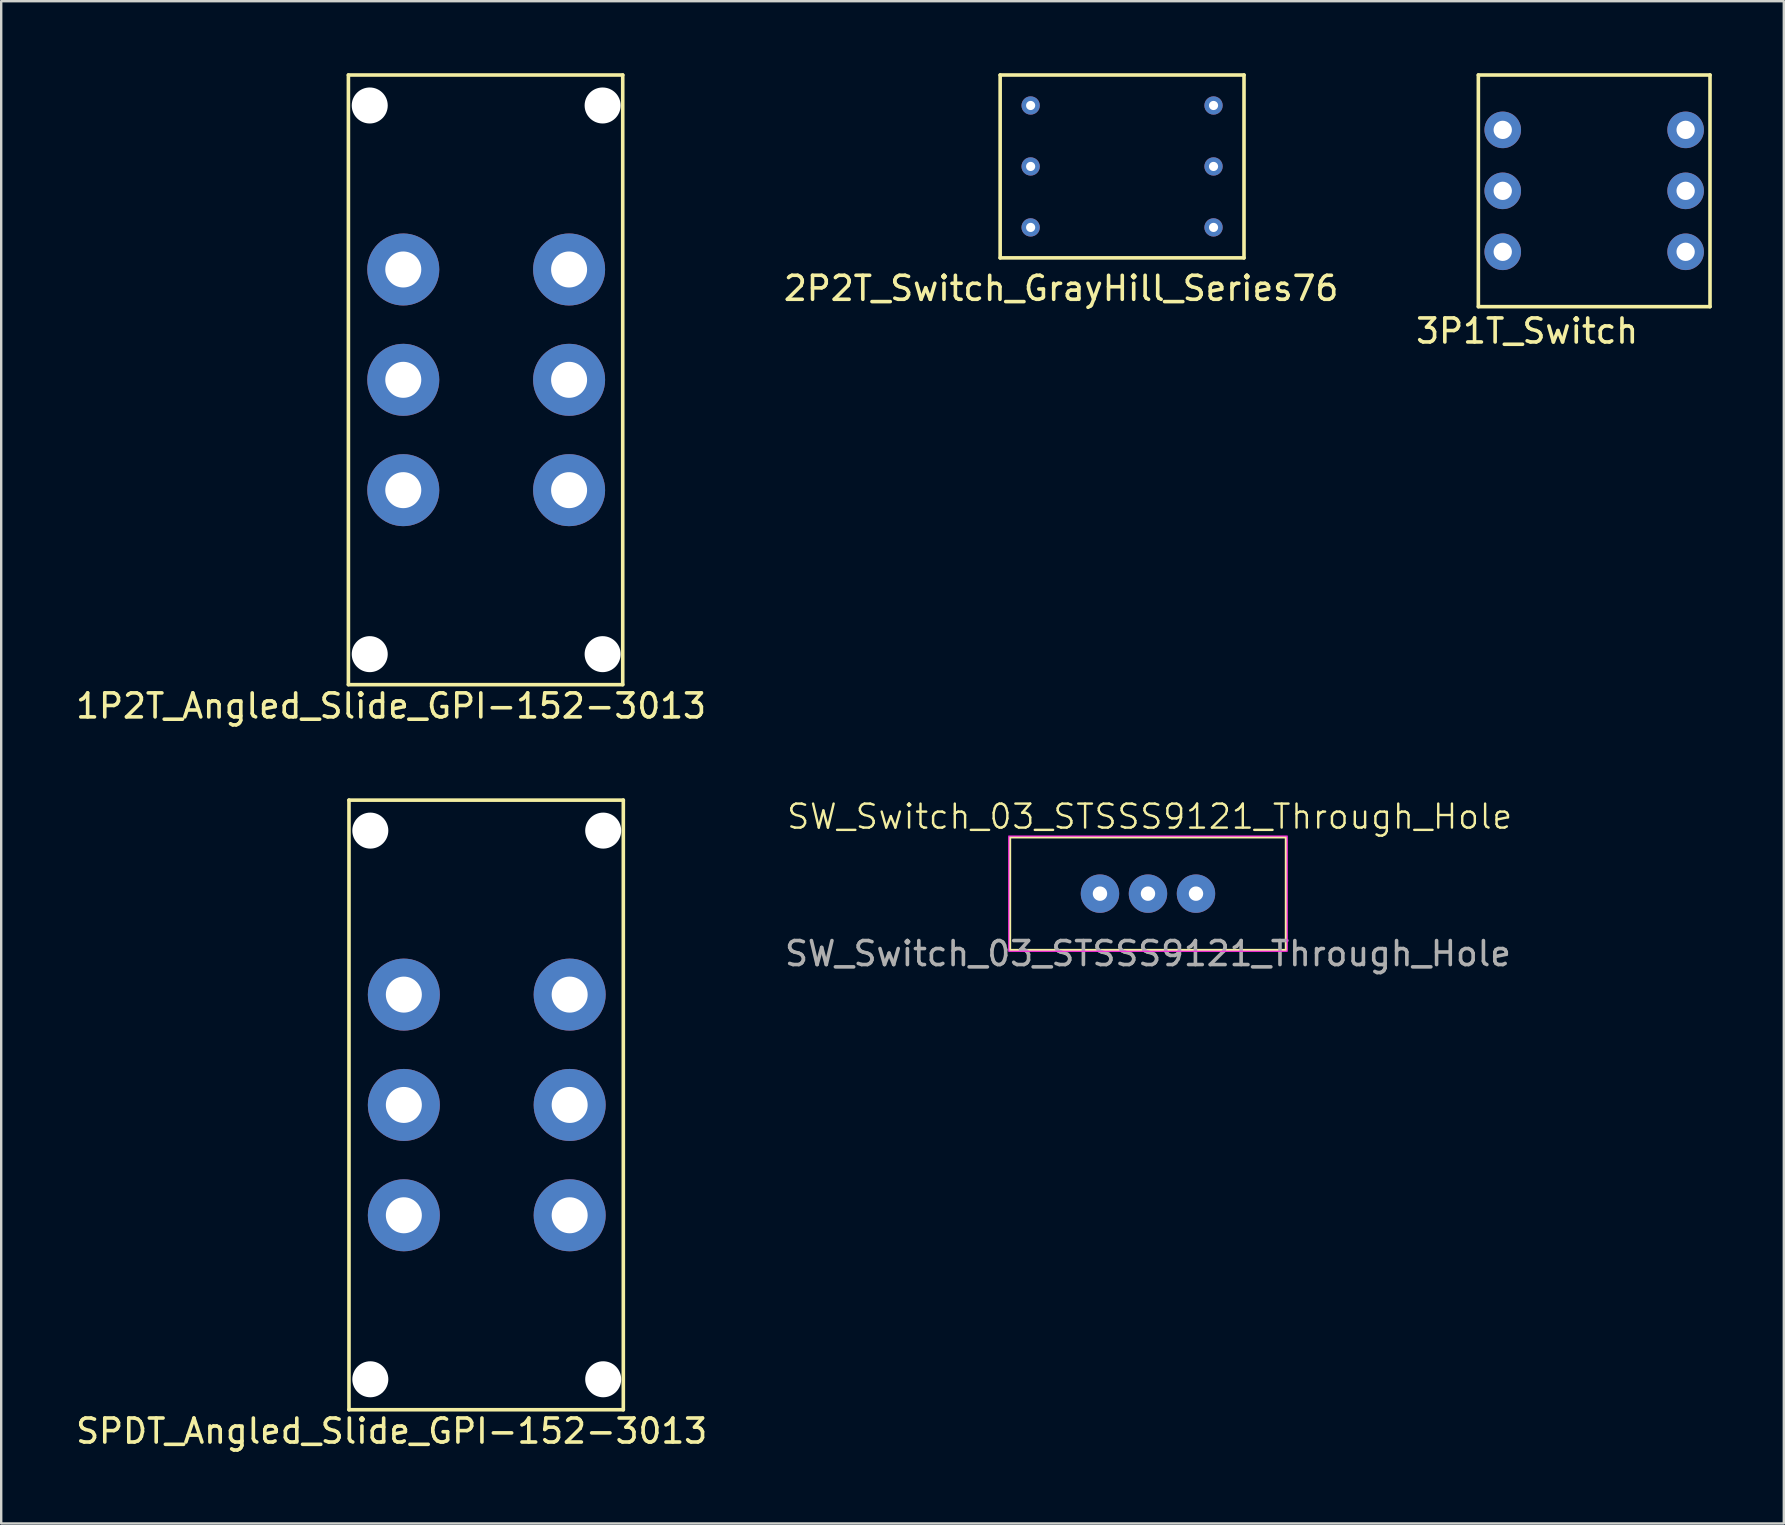
<source format=kicad_pcb>
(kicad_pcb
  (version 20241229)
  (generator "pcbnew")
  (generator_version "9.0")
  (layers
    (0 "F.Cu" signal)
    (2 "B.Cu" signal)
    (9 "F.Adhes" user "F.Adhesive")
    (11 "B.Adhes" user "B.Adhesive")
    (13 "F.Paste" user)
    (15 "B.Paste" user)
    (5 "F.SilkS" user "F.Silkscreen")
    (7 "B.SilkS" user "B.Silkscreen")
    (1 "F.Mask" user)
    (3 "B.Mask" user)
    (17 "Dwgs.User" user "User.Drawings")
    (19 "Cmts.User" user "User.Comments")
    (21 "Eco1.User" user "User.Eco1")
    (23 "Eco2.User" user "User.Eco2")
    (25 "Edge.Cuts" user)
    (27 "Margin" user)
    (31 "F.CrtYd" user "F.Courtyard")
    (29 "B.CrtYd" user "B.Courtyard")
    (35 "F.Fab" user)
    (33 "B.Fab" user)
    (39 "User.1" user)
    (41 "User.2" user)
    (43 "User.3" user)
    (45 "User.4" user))
  (footprint "2P2T_Switch_GrayHill_Series76"
    (layer "F.Cu")
    (at 38.621 7.695)
    (property "Reference" "2P2T_Switch_GrayHill_Series76" (at 2.54 1.27 0) (layer "F.SilkS") (effects (font (size 1 1) (thickness 0.15))))
    (attr through_hole)
    (fp_line (start 0 -7.62) (end 0 0) (stroke (width 0.15) (type solid)) (layer "F.SilkS"))
    (fp_line (start 0 0) (end 10.16 0) (stroke (width 0.15) (type solid)) (layer "F.SilkS"))
    (fp_line (start 10.16 -7.62) (end 0 -7.62) (stroke (width 0.15) (type solid)) (layer "F.SilkS"))
    (fp_line (start 10.16 0) (end 10.16 -7.62) (stroke (width 0.15) (type solid)) (layer "F.SilkS"))
    (pad "C1" thru_hole circle (at 1.27 -3.81) (size 0.762 0.762) (drill 0.381) (layers "*.Cu" "*.Mask"))
    (pad "C1_1" thru_hole circle (at 8.89 -1.27) (size 0.762 0.762) (drill 0.381) (layers "*.Cu" "*.Mask"))
    (pad "C1_2" thru_hole circle (at 1.27 -1.27) (size 0.762 0.762) (drill 0.381) (layers "*.Cu" "*.Mask"))
    (pad "C2" thru_hole circle (at 8.89 -3.81) (size 0.762 0.762) (drill 0.381) (layers "*.Cu" "*.Mask"))
    (pad "C2_1" thru_hole circle (at 8.89 -6.35) (size 0.762 0.762) (drill 0.381) (layers "*.Cu" "*.Mask"))
    (pad "C2_2" thru_hole circle (at 1.27 -6.35) (size 0.762 0.762) (drill 0.381) (layers "*.Cu" "*.Mask")))
  (footprint "SPDT_Angled_Slide_GPI-152-3013"
    (layer "F.Cu")
    (at 12.379 31.557)
    (property "Reference" "SPDT_Angled_Slide_GPI-152-3013" (at 0.889 25.019 0) (layer "F.SilkS") (effects (font (size 1 1) (thickness 0.15))))
    (attr through_hole)
    (fp_line (start -0.889 -1.27) (end -0.889 24.13) (stroke (width 0.15) (type solid)) (layer "F.SilkS"))
    (fp_line (start 10.541 -1.27) (end -0.889 -1.27) (stroke (width 0.15) (type solid)) (layer "F.SilkS"))
    (fp_line (start 10.541 -1.27) (end 10.541 24.13) (stroke (width 0.15) (type solid)) (layer "F.SilkS"))
    (fp_line (start 10.541 24.13) (end -0.889 24.13) (stroke (width 0.15) (type solid)) (layer "F.SilkS"))
    (pad "" np_thru_hole circle (at 0 0) (size 1.5 1.5) (drill 1.5) (layers "*.Cu" "*.Mask"))
    (pad "" np_thru_hole circle (at 0 22.86) (size 1.5 1.5) (drill 1.5) (layers "*.Cu" "*.Mask"))
    (pad "" np_thru_hole circle (at 9.703 0) (size 1.5 1.5) (drill 1.5) (layers "*.Cu" "*.Mask"))
    (pad "" np_thru_hole circle (at 9.703 22.86) (size 1.5 1.5) (drill 1.5) (layers "*.Cu" "*.Mask"))
    (pad "1" thru_hole circle (at 1.397 6.833) (size 3 3) (drill 1.5) (layers "*.Cu" "*.Mask"))
    (pad "1" thru_hole circle (at 8.306 6.833) (size 3 3) (drill 1.5) (layers "*.Cu" "*.Mask"))
    (pad "2" thru_hole circle (at 1.397 11.43) (size 3 3) (drill 1.5) (layers "*.Cu" "*.Mask"))
    (pad "2" thru_hole circle (at 8.306 11.43) (size 3 3) (drill 1.5) (layers "*.Cu" "*.Mask"))
    (pad "3" thru_hole circle (at 1.397 16.027) (size 3 3) (drill 1.5) (layers "*.Cu" "*.Mask"))
    (pad "3" thru_hole circle (at 8.306 16.027) (size 3 3) (drill 1.5) (layers "*.Cu" "*.Mask")))
  (footprint "SW_Switch_03_STSSS9121_Through_Hole"
    (layer "F.Cu")
    (at 44.78 34.183)
    (property "Reference" "SW_Switch_03_STSSS9121_Through_Hole" (at 0.07 -3.21 0) (unlocked yes) (layer "F.SilkS") (effects (font (size 1 1) (thickness 0.1))))
    (attr through_hole)
    (fp_rect (start -5.75 -2.35) (end 5.75 2.35) (stroke (width 0.1) (type default)) (fill no) (layer "F.SilkS"))
    (fp_rect (start -5.8 -2.4) (end 5.8 2.4) (stroke (width 0.05) (type default)) (fill no) (layer "F.CrtYd"))
    (fp_text user "${REFERENCE}" (at 0 2.5 0) (unlocked yes) (layer "F.Fab") (effects (font (size 1 1) (thickness 0.15))))
    (pad "1" thru_hole circle (at 0 0) (size 1.6 1.6) (drill 0.6) (layers "*.Cu" "*.Mask"))
    (pad "2" thru_hole circle (at -2 0) (size 1.6 1.6) (drill 0.6) (layers "*.Cu" "*.Mask"))
    (pad "3" thru_hole circle (at 2 0) (size 1.6 1.6) (drill 0.6) (layers "*.Cu" "*.Mask")))
  (footprint "3P1T_Switch"
    (layer "F.Cu")
    (at 58.545 9.727)
    (property "Reference" "3P1T_Switch" (at 2.032 1.016 0) (layer "F.SilkS") (effects (font (size 1 1) (thickness 0.15))))
    (attr through_hole)
    (fp_line (start 0 -9.652) (end 9.652 -9.652) (stroke (width 0.15) (type solid)) (layer "F.SilkS"))
    (fp_line (start 0 0) (end 0 -9.652) (stroke (width 0.15) (type solid)) (layer "F.SilkS"))
    (fp_line (start 0 0) (end 9.652 0) (stroke (width 0.15) (type solid)) (layer "F.SilkS"))
    (fp_line (start 9.652 -9.652) (end 9.652 0) (stroke (width 0.15) (type solid)) (layer "F.SilkS"))
    (pad "1" thru_hole circle (at 1.016 -2.286) (size 1.524 1.524) (drill 0.762) (layers "*.Cu" "*.Mask"))
    (pad "2" thru_hole circle (at 8.636 -2.286) (size 1.524 1.524) (drill 0.762) (layers "*.Cu" "*.Mask"))
    (pad "3" thru_hole circle (at 1.016 -4.826) (size 1.524 1.524) (drill 0.762) (layers "*.Cu" "*.Mask"))
    (pad "4" thru_hole circle (at 8.636 -4.826) (size 1.524 1.524) (drill 0.762) (layers "*.Cu" "*.Mask"))
    (pad "5" thru_hole circle (at 1.016 -7.366) (size 1.524 1.524) (drill 0.762) (layers "*.Cu" "*.Mask"))
    (pad "6" thru_hole circle (at 8.636 -7.366) (size 1.524 1.524) (drill 0.762) (layers "*.Cu" "*.Mask")))
  (footprint "1P2T_Angled_Slide_GPI-152-3013"
    (layer "F.Cu")
    (at 11.466 25.475)
    (property "Reference" "1P2T_Angled_Slide_GPI-152-3013" (at 1.778 0.889 0) (layer "F.SilkS") (effects (font (size 1 1) (thickness 0.15))))
    (attr through_hole)
    (fp_line (start 0 -25.4) (end 0 0) (stroke (width 0.15) (type solid)) (layer "F.SilkS"))
    (fp_line (start 11.43 -25.4) (end 0 -25.4) (stroke (width 0.15) (type solid)) (layer "F.SilkS"))
    (fp_line (start 11.43 -25.4) (end 11.43 0) (stroke (width 0.15) (type solid)) (layer "F.SilkS"))
    (fp_line (start 11.43 0) (end 0 0) (stroke (width 0.15) (type solid)) (layer "F.SilkS"))
    (pad "" np_thru_hole circle (at 0.889 -24.13) (size 1.5 1.5) (drill 1.5) (layers "*.Cu" "*.Mask"))
    (pad "" np_thru_hole circle (at 0.889 -1.27) (size 1.5 1.5) (drill 1.5) (layers "*.Cu" "*.Mask"))
    (pad "" np_thru_hole circle (at 10.592 -24.13) (size 1.5 1.5) (drill 1.5) (layers "*.Cu" "*.Mask"))
    (pad "" np_thru_hole circle (at 10.592 -1.27) (size 1.5 1.5) (drill 1.5) (layers "*.Cu" "*.Mask"))
    (pad "1" thru_hole circle (at 2.286 -17.297) (size 3 3) (drill 1.5) (layers "*.Cu" "*.Mask"))
    (pad "1" thru_hole circle (at 9.195 -17.297) (size 3 3) (drill 1.5) (layers "*.Cu" "*.Mask"))
    (pad "2" thru_hole circle (at 2.286 -12.7) (size 3 3) (drill 1.5) (layers "*.Cu" "*.Mask"))
    (pad "2" thru_hole circle (at 9.195 -12.7) (size 3 3) (drill 1.5) (layers "*.Cu" "*.Mask"))
    (pad "3" thru_hole circle (at 2.286 -8.103) (size 3 3) (drill 1.5) (layers "*.Cu" "*.Mask"))
    (pad "3" thru_hole circle (at 9.195 -8.103) (size 3 3) (drill 1.5) (layers "*.Cu" "*.Mask")))
  (gr_rect
    (start -3 -3)
    (end 71.272 60.425)
    (stroke (width 0.1) (type default))
    (fill no)
    (layer "Edge.Cuts")))
</source>
